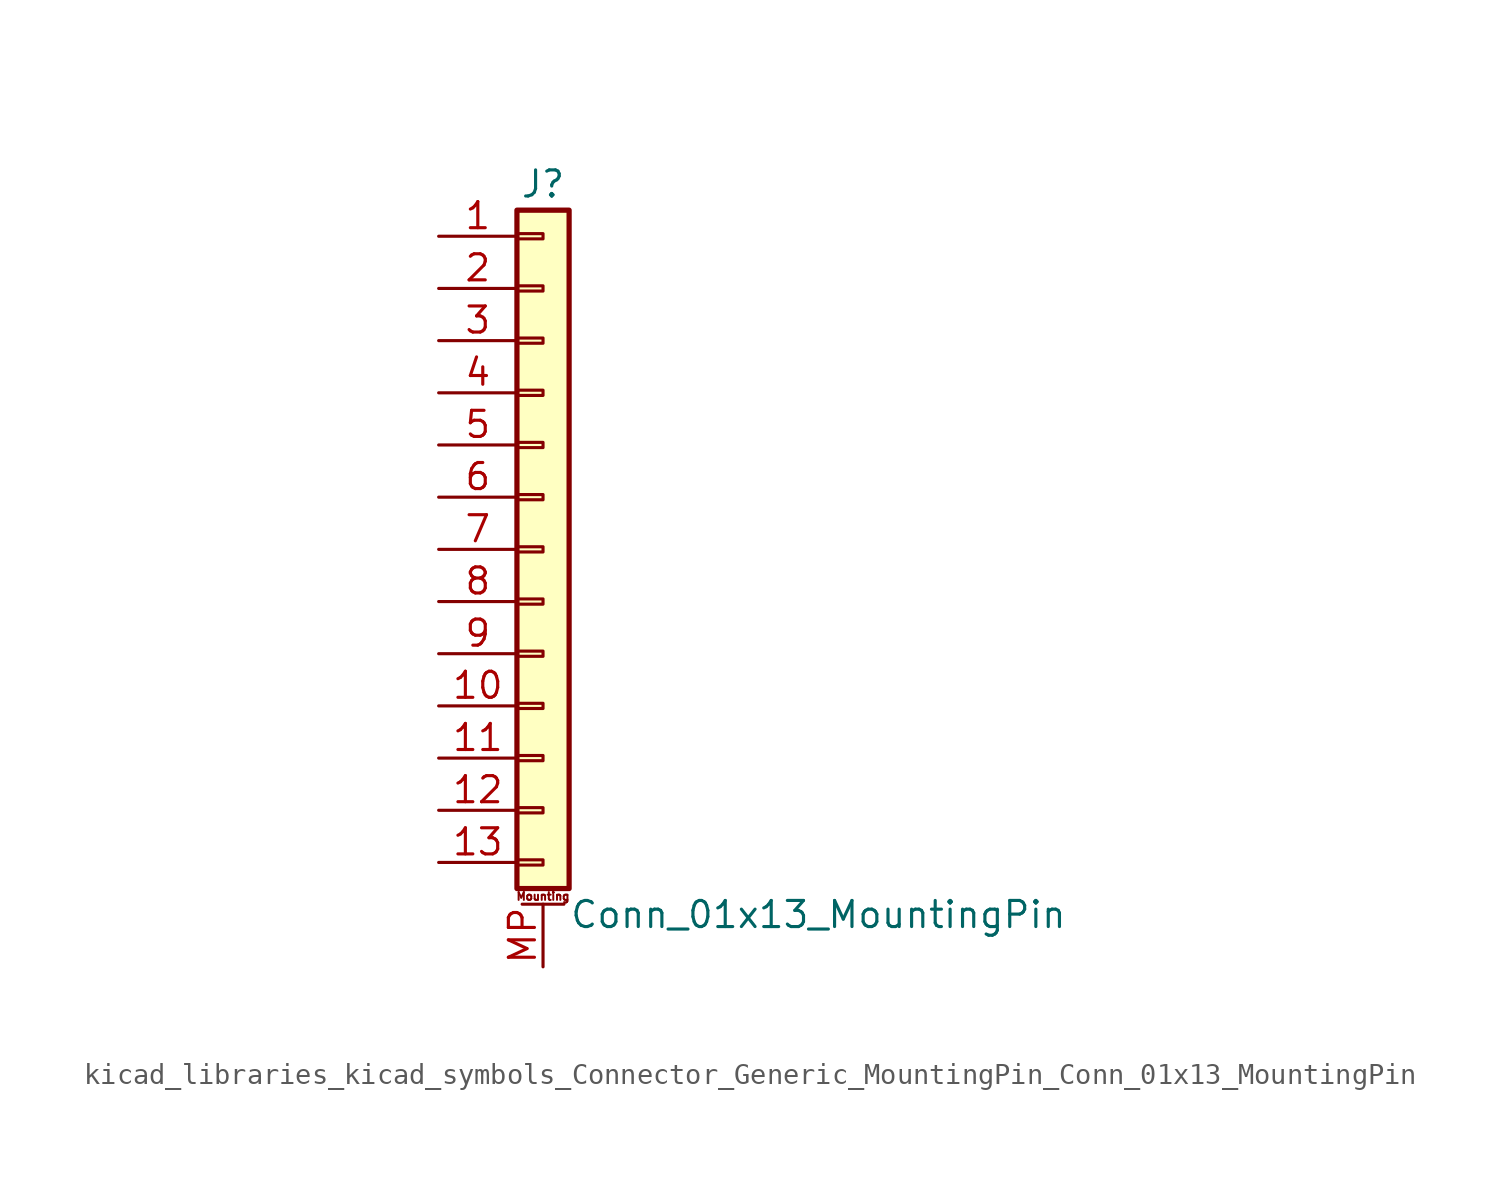
<source format=kicad_sym>
(kicad_symbol_lib
  (version 20220914)
  (generator kicad_symbol_editor)
  (symbol "kicad_libraries_kicad_symbols_Connector_Generic_MountingPin_Conn_01x13_MountingPin"
    (pin_names
      (offset 1.016) hide)
    (property "Reference" "J"
      (at 0 17.78 0)
      (effects (font (size 1.27 1.27))))
    (property "Value" "Conn_01x13_MountingPin"
      (at 1.27 -17.78 0)
      (effects (font (size 1.27 1.27)) (justify left)))
    (symbol "kicad_libraries_kicad_symbols_Connector_Generic_MountingPin_Conn_01x13_MountingPin_1_1"
      (rectangle (start -1.27 -15.113) (end 0 -15.367) (stroke (width 0.152) (type default)) (fill (type none)))
      (rectangle (start -1.27 -12.573) (end 0 -12.827) (stroke (width 0.152) (type default)) (fill (type none)))
      (rectangle (start -1.27 -10.033) (end 0 -10.287) (stroke (width 0.152) (type default)) (fill (type none)))
      (rectangle (start -1.27 -7.493) (end 0 -7.747) (stroke (width 0.152) (type default)) (fill (type none)))
      (rectangle (start -1.27 -4.953) (end 0 -5.207) (stroke (width 0.152) (type default)) (fill (type none)))
      (rectangle (start -1.27 -2.413) (end 0 -2.667) (stroke (width 0.152) (type default)) (fill (type none)))
      (rectangle (start -1.27 0.127) (end 0 -0.127) (stroke (width 0.152) (type default)) (fill (type none)))
      (rectangle (start -1.27 2.667) (end 0 2.413) (stroke (width 0.152) (type default)) (fill (type none)))
      (rectangle (start -1.27 5.207) (end 0 4.953) (stroke (width 0.152) (type default)) (fill (type none)))
      (rectangle (start -1.27 7.747) (end 0 7.493) (stroke (width 0.152) (type default)) (fill (type none)))
      (rectangle (start -1.27 10.287) (end 0 10.033) (stroke (width 0.152) (type default)) (fill (type none)))
      (rectangle (start -1.27 12.827) (end 0 12.573) (stroke (width 0.152) (type default)) (fill (type none)))
      (rectangle (start -1.27 15.367) (end 0 15.113) (stroke (width 0.152) (type default)) (fill (type none)))
      (rectangle (start -1.27 16.51) (end 1.27 -16.51) (stroke (width 0.254) (type default)) (fill (type background)))
      (polyline (pts (xy -1.016 -17.272) (xy 1.016 -17.272)) (stroke (width 0.152) (type default)) (fill (type none)))
      (text "Mounting" (at 0 -16.891 0) (effects (font (size 0.381 0.381))))
      (pin passive line (at -5.08 15.24 0) (length 3.81) (name "Pin_1" (effects (font (size 1.27 1.27)))) (number "1" (effects (font (size 1.27 1.27)))))
      (pin passive line (at -5.08 -7.62 0) (length 3.81) (name "Pin_10" (effects (font (size 1.27 1.27)))) (number "10" (effects (font (size 1.27 1.27)))))
      (pin passive line (at -5.08 -10.16 0) (length 3.81) (name "Pin_11" (effects (font (size 1.27 1.27)))) (number "11" (effects (font (size 1.27 1.27)))))
      (pin passive line (at -5.08 -12.7 0) (length 3.81) (name "Pin_12" (effects (font (size 1.27 1.27)))) (number "12" (effects (font (size 1.27 1.27)))))
      (pin passive line (at -5.08 -15.24 0) (length 3.81) (name "Pin_13" (effects (font (size 1.27 1.27)))) (number "13" (effects (font (size 1.27 1.27)))))
      (pin passive line (at -5.08 12.7 0) (length 3.81) (name "Pin_2" (effects (font (size 1.27 1.27)))) (number "2" (effects (font (size 1.27 1.27)))))
      (pin passive line (at -5.08 10.16 0) (length 3.81) (name "Pin_3" (effects (font (size 1.27 1.27)))) (number "3" (effects (font (size 1.27 1.27)))))
      (pin passive line (at -5.08 7.62 0) (length 3.81) (name "Pin_4" (effects (font (size 1.27 1.27)))) (number "4" (effects (font (size 1.27 1.27)))))
      (pin passive line (at -5.08 5.08 0) (length 3.81) (name "Pin_5" (effects (font (size 1.27 1.27)))) (number "5" (effects (font (size 1.27 1.27)))))
      (pin passive line (at -5.08 2.54 0) (length 3.81) (name "Pin_6" (effects (font (size 1.27 1.27)))) (number "6" (effects (font (size 1.27 1.27)))))
      (pin passive line (at -5.08 0 0) (length 3.81) (name "Pin_7" (effects (font (size 1.27 1.27)))) (number "7" (effects (font (size 1.27 1.27)))))
      (pin passive line (at -5.08 -2.54 0) (length 3.81) (name "Pin_8" (effects (font (size 1.27 1.27)))) (number "8" (effects (font (size 1.27 1.27)))))
      (pin passive line (at -5.08 -5.08 0) (length 3.81) (name "Pin_9" (effects (font (size 1.27 1.27)))) (number "9" (effects (font (size 1.27 1.27)))))
      (pin passive line (at 0 -20.32 90) (length 3.048) (name "MountPin" (effects (font (size 1.27 1.27)))) (number "MP" (effects (font (size 1.27 1.27))))))))
</source>
